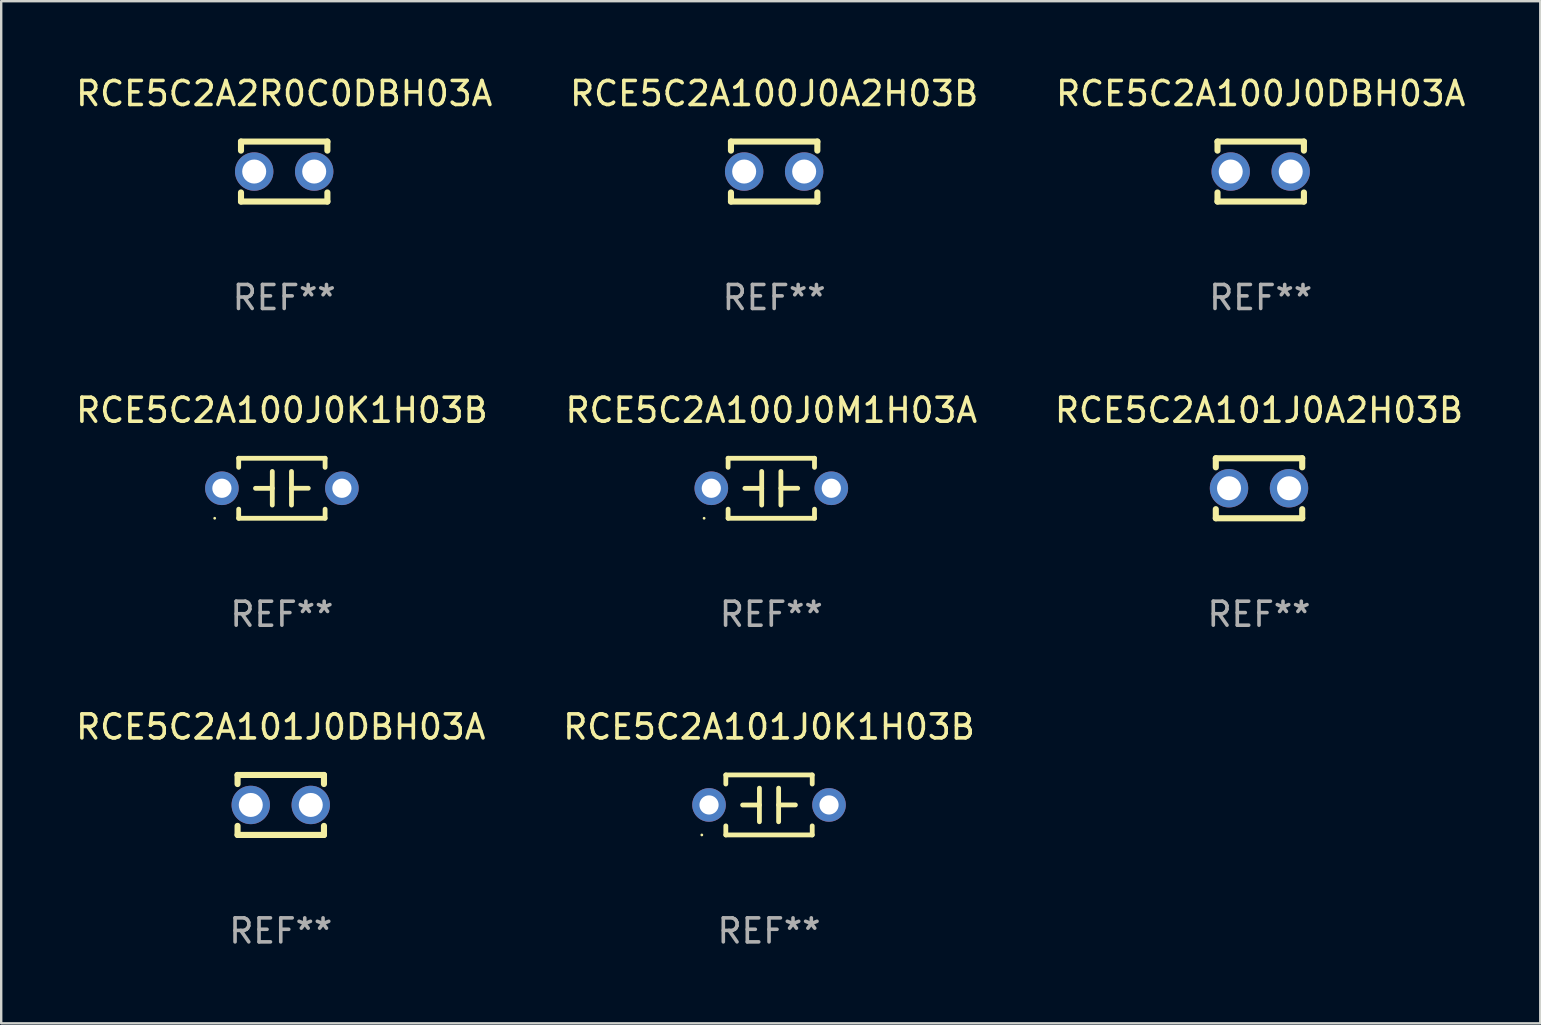
<source format=kicad_pcb>
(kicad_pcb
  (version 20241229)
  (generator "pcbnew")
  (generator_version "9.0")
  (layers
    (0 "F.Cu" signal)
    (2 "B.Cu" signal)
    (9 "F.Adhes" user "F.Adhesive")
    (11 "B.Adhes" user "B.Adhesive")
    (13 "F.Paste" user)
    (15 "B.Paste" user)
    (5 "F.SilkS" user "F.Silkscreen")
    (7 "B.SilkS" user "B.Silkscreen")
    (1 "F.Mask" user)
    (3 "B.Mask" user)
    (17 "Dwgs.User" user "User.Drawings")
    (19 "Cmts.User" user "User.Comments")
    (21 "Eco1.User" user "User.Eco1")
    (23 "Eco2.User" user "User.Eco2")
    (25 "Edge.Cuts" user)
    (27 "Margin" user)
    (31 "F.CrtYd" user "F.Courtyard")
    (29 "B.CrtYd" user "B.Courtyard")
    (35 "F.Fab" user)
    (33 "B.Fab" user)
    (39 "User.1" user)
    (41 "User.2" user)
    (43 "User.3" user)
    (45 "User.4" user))
  (footprint "RCE5C2A2R0C0DBH03A"
    (layer "F.Cu")
    (at 8.792 4.098)
    (property "Reference" "RCE5C2A2R0C0DBH03A" (at 0 -3.25 0) (layer "F.SilkS") (effects (font (size 1 1) (thickness 0.15))))
    (attr through_hole)
    (fp_line (start -1.8 -1.25) (end -1.8 -0.872) (stroke (width 0.254) (type solid)) (layer "F.SilkS"))
    (fp_line (start -1.8 -1.25) (end 1.8 -1.25) (stroke (width 0.254) (type solid)) (layer "F.SilkS"))
    (fp_line (start -1.8 0.872) (end -1.8 1.25) (stroke (width 0.254) (type solid)) (layer "F.SilkS"))
    (fp_line (start -1.8 1.25) (end 1.8 1.25) (stroke (width 0.254) (type solid)) (layer "F.SilkS"))
    (fp_line (start 1.8 -1.25) (end 1.8 -0.872) (stroke (width 0.254) (type solid)) (layer "F.SilkS"))
    (fp_line (start 1.8 0.872) (end 1.8 1.25) (stroke (width 0.254) (type solid)) (layer "F.SilkS"))
    (fp_circle (center -1.8 1.25) (end -1.77 1.25) (stroke (width 0.06) (type solid)) (fill no) (layer "F.SilkS"))
    (fp_text user "REF**" (at 0 5.25 0) (layer "F.Fab") (effects (font (size 1 1) (thickness 0.15))))
    (pad "1" thru_hole circle (at -1.25 0) (size 1.6 1.6) (drill 1) (layers "*.Cu" "*.Mask"))
    (pad "2" thru_hole circle (at 1.25 0) (size 1.6 1.6) (drill 1) (layers "*.Cu" "*.Mask")))
  (footprint "RCE5C2A101J0K1H03B"
    (layer "F.Cu")
    (at 28.994 30.491)
    (property "Reference" "RCE5C2A101J0K1H03B" (at 0 -3.25 0) (layer "F.SilkS") (effects (font (size 1 1) (thickness 0.15))))
    (attr through_hole)
    (fp_line (start -1.8 -1.25) (end -1.8 -0.872) (stroke (width 0.2) (type solid)) (layer "F.SilkS"))
    (fp_line (start -1.8 -1.25) (end 1.8 -1.25) (stroke (width 0.2) (type solid)) (layer "F.SilkS"))
    (fp_line (start -1.8 0.872) (end -1.8 1.25) (stroke (width 0.2) (type solid)) (layer "F.SilkS"))
    (fp_line (start -1.8 1.25) (end 1.8 1.25) (stroke (width 0.2) (type solid)) (layer "F.SilkS"))
    (fp_line (start -0.4 -0.7) (end -0.4 0.7) (stroke (width 0.2) (type solid)) (layer "F.SilkS"))
    (fp_line (start -0.4 0.002) (end -1.1 0.002) (stroke (width 0.2) (type solid)) (layer "F.SilkS"))
    (fp_line (start 0.4 -0.001) (end 1.1 -0.001) (stroke (width 0.2) (type solid)) (layer "F.SilkS"))
    (fp_line (start 0.4 0.7) (end 0.4 -0.7) (stroke (width 0.2) (type solid)) (layer "F.SilkS"))
    (fp_line (start 1.8 -1.25) (end 1.8 -0.872) (stroke (width 0.2) (type solid)) (layer "F.SilkS"))
    (fp_line (start 1.8 0.872) (end 1.8 1.25) (stroke (width 0.2) (type solid)) (layer "F.SilkS"))
    (fp_circle (center -2.8 1.25) (end -2.77 1.25) (stroke (width 0.06) (type solid)) (fill no) (layer "F.SilkS"))
    (fp_text user "REF**" (at 0 5.25 0) (layer "F.Fab") (effects (font (size 1 1) (thickness 0.15))))
    (pad "1" thru_hole circle (at -2.5 0) (size 1.4 1.4) (drill 0.8) (layers "*.Cu" "*.Mask"))
    (pad "2" thru_hole circle (at 2.5 0) (size 1.4 1.4) (drill 0.8) (layers "*.Cu" "*.Mask")))
  (footprint "RCE5C2A100J0DBH03A"
    (layer "F.Cu")
    (at 49.482 4.098)
    (property "Reference" "RCE5C2A100J0DBH03A" (at 0 -3.25 0) (layer "F.SilkS") (effects (font (size 1 1) (thickness 0.15))))
    (attr through_hole)
    (fp_line (start -1.8 -1.25) (end -1.8 -0.872) (stroke (width 0.254) (type solid)) (layer "F.SilkS"))
    (fp_line (start -1.8 -1.25) (end 1.8 -1.25) (stroke (width 0.254) (type solid)) (layer "F.SilkS"))
    (fp_line (start -1.8 0.872) (end -1.8 1.25) (stroke (width 0.254) (type solid)) (layer "F.SilkS"))
    (fp_line (start -1.8 1.25) (end 1.8 1.25) (stroke (width 0.254) (type solid)) (layer "F.SilkS"))
    (fp_line (start 1.8 -1.25) (end 1.8 -0.872) (stroke (width 0.254) (type solid)) (layer "F.SilkS"))
    (fp_line (start 1.8 0.872) (end 1.8 1.25) (stroke (width 0.254) (type solid)) (layer "F.SilkS"))
    (fp_circle (center -1.8 1.25) (end -1.77 1.25) (stroke (width 0.06) (type solid)) (fill no) (layer "F.SilkS"))
    (fp_text user "REF**" (at 0 5.25 0) (layer "F.Fab") (effects (font (size 1 1) (thickness 0.15))))
    (pad "1" thru_hole circle (at -1.25 0) (size 1.6 1.6) (drill 1) (layers "*.Cu" "*.Mask"))
    (pad "2" thru_hole circle (at 1.25 0) (size 1.6 1.6) (drill 1) (layers "*.Cu" "*.Mask")))
  (footprint "RCE5C2A100J0M1H03A"
    (layer "F.Cu")
    (at 29.089 17.295)
    (property "Reference" "RCE5C2A100J0M1H03A" (at 0 -3.25 0) (layer "F.SilkS") (effects (font (size 1 1) (thickness 0.15))))
    (attr through_hole)
    (fp_line (start -1.8 -1.25) (end -1.8 -0.872) (stroke (width 0.2) (type solid)) (layer "F.SilkS"))
    (fp_line (start -1.8 -1.25) (end 1.8 -1.25) (stroke (width 0.2) (type solid)) (layer "F.SilkS"))
    (fp_line (start -1.8 0.872) (end -1.8 1.25) (stroke (width 0.2) (type solid)) (layer "F.SilkS"))
    (fp_line (start -1.8 1.25) (end 1.8 1.25) (stroke (width 0.2) (type solid)) (layer "F.SilkS"))
    (fp_line (start -0.4 -0.7) (end -0.4 0.7) (stroke (width 0.2) (type solid)) (layer "F.SilkS"))
    (fp_line (start -0.4 0.002) (end -1.1 0.002) (stroke (width 0.2) (type solid)) (layer "F.SilkS"))
    (fp_line (start 0.4 -0.001) (end 1.1 -0.001) (stroke (width 0.2) (type solid)) (layer "F.SilkS"))
    (fp_line (start 0.4 0.7) (end 0.4 -0.7) (stroke (width 0.2) (type solid)) (layer "F.SilkS"))
    (fp_line (start 1.8 -1.25) (end 1.8 -0.872) (stroke (width 0.2) (type solid)) (layer "F.SilkS"))
    (fp_line (start 1.8 0.872) (end 1.8 1.25) (stroke (width 0.2) (type solid)) (layer "F.SilkS"))
    (fp_circle (center -2.8 1.25) (end -2.77 1.25) (stroke (width 0.06) (type solid)) (fill no) (layer "F.SilkS"))
    (fp_text user "REF**" (at 0 5.25 0) (layer "F.Fab") (effects (font (size 1 1) (thickness 0.15))))
    (pad "1" thru_hole circle (at -2.5 0) (size 1.4 1.4) (drill 0.8) (layers "*.Cu" "*.Mask"))
    (pad "2" thru_hole circle (at 2.5 0) (size 1.4 1.4) (drill 0.8) (layers "*.Cu" "*.Mask")))
  (footprint "RCE5C2A100J0A2H03B"
    (layer "F.Cu")
    (at 29.208 4.098)
    (property "Reference" "RCE5C2A100J0A2H03B" (at 0 -3.25 0) (layer "F.SilkS") (effects (font (size 1 1) (thickness 0.15))))
    (attr through_hole)
    (fp_line (start -1.8 -1.25) (end -1.8 -0.872) (stroke (width 0.254) (type solid)) (layer "F.SilkS"))
    (fp_line (start -1.8 -1.25) (end 1.8 -1.25) (stroke (width 0.254) (type solid)) (layer "F.SilkS"))
    (fp_line (start -1.8 0.872) (end -1.8 1.25) (stroke (width 0.254) (type solid)) (layer "F.SilkS"))
    (fp_line (start -1.8 1.25) (end 1.8 1.25) (stroke (width 0.254) (type solid)) (layer "F.SilkS"))
    (fp_line (start 1.8 -1.25) (end 1.8 -0.872) (stroke (width 0.254) (type solid)) (layer "F.SilkS"))
    (fp_line (start 1.8 0.872) (end 1.8 1.25) (stroke (width 0.254) (type solid)) (layer "F.SilkS"))
    (fp_circle (center -1.8 1.25) (end -1.77 1.25) (stroke (width 0.06) (type solid)) (fill no) (layer "F.SilkS"))
    (fp_text user "REF**" (at 0 5.25 0) (layer "F.Fab") (effects (font (size 1 1) (thickness 0.15))))
    (pad "1" thru_hole circle (at -1.25 0) (size 1.6 1.6) (drill 1) (layers "*.Cu" "*.Mask"))
    (pad "2" thru_hole circle (at 1.25 0) (size 1.6 1.6) (drill 1) (layers "*.Cu" "*.Mask")))
  (footprint "RCE5C2A100J0K1H03B"
    (layer "F.Cu")
    (at 8.696 17.295)
    (property "Reference" "RCE5C2A100J0K1H03B" (at 0 -3.25 0) (layer "F.SilkS") (effects (font (size 1 1) (thickness 0.15))))
    (attr through_hole)
    (fp_line (start -1.8 -1.25) (end -1.8 -0.872) (stroke (width 0.2) (type solid)) (layer "F.SilkS"))
    (fp_line (start -1.8 -1.25) (end 1.8 -1.25) (stroke (width 0.2) (type solid)) (layer "F.SilkS"))
    (fp_line (start -1.8 0.872) (end -1.8 1.25) (stroke (width 0.2) (type solid)) (layer "F.SilkS"))
    (fp_line (start -1.8 1.25) (end 1.8 1.25) (stroke (width 0.2) (type solid)) (layer "F.SilkS"))
    (fp_line (start -0.4 -0.7) (end -0.4 0.7) (stroke (width 0.2) (type solid)) (layer "F.SilkS"))
    (fp_line (start -0.4 0.002) (end -1.1 0.002) (stroke (width 0.2) (type solid)) (layer "F.SilkS"))
    (fp_line (start 0.4 -0.001) (end 1.1 -0.001) (stroke (width 0.2) (type solid)) (layer "F.SilkS"))
    (fp_line (start 0.4 0.7) (end 0.4 -0.7) (stroke (width 0.2) (type solid)) (layer "F.SilkS"))
    (fp_line (start 1.8 -1.25) (end 1.8 -0.872) (stroke (width 0.2) (type solid)) (layer "F.SilkS"))
    (fp_line (start 1.8 0.872) (end 1.8 1.25) (stroke (width 0.2) (type solid)) (layer "F.SilkS"))
    (fp_circle (center -2.8 1.25) (end -2.77 1.25) (stroke (width 0.06) (type solid)) (fill no) (layer "F.SilkS"))
    (fp_text user "REF**" (at 0 5.25 0) (layer "F.Fab") (effects (font (size 1 1) (thickness 0.15))))
    (pad "1" thru_hole circle (at -2.5 0) (size 1.4 1.4) (drill 0.8) (layers "*.Cu" "*.Mask"))
    (pad "2" thru_hole circle (at 2.5 0) (size 1.4 1.4) (drill 0.8) (layers "*.Cu" "*.Mask")))
  (footprint "RCE5C2A101J0DBH03A"
    (layer "F.Cu")
    (at 8.649 30.491)
    (property "Reference" "RCE5C2A101J0DBH03A" (at 0 -3.25 0) (layer "F.SilkS") (effects (font (size 1 1) (thickness 0.15))))
    (attr through_hole)
    (fp_line (start -1.8 -1.25) (end -1.8 -0.872) (stroke (width 0.254) (type solid)) (layer "F.SilkS"))
    (fp_line (start -1.8 -1.25) (end 1.8 -1.25) (stroke (width 0.254) (type solid)) (layer "F.SilkS"))
    (fp_line (start -1.8 0.872) (end -1.8 1.25) (stroke (width 0.254) (type solid)) (layer "F.SilkS"))
    (fp_line (start -1.8 1.25) (end 1.8 1.25) (stroke (width 0.254) (type solid)) (layer "F.SilkS"))
    (fp_line (start 1.8 -1.25) (end 1.8 -0.872) (stroke (width 0.254) (type solid)) (layer "F.SilkS"))
    (fp_line (start 1.8 0.872) (end 1.8 1.25) (stroke (width 0.254) (type solid)) (layer "F.SilkS"))
    (fp_circle (center -1.8 1.25) (end -1.77 1.25) (stroke (width 0.06) (type solid)) (fill no) (layer "F.SilkS"))
    (fp_text user "REF**" (at 0 5.25 0) (layer "F.Fab") (effects (font (size 1 1) (thickness 0.15))))
    (pad "1" thru_hole circle (at -1.25 0) (size 1.6 1.6) (drill 1) (layers "*.Cu" "*.Mask"))
    (pad "2" thru_hole circle (at 1.25 0) (size 1.6 1.6) (drill 1) (layers "*.Cu" "*.Mask")))
  (footprint "RCE5C2A101J0A2H03B"
    (layer "F.Cu")
    (at 49.411 17.295)
    (property "Reference" "RCE5C2A101J0A2H03B" (at 0 -3.25 0) (layer "F.SilkS") (effects (font (size 1 1) (thickness 0.15))))
    (attr through_hole)
    (fp_line (start -1.8 -1.25) (end -1.8 -0.872) (stroke (width 0.254) (type solid)) (layer "F.SilkS"))
    (fp_line (start -1.8 -1.25) (end 1.8 -1.25) (stroke (width 0.254) (type solid)) (layer "F.SilkS"))
    (fp_line (start -1.8 0.872) (end -1.8 1.25) (stroke (width 0.254) (type solid)) (layer "F.SilkS"))
    (fp_line (start -1.8 1.25) (end 1.8 1.25) (stroke (width 0.254) (type solid)) (layer "F.SilkS"))
    (fp_line (start 1.8 -1.25) (end 1.8 -0.872) (stroke (width 0.254) (type solid)) (layer "F.SilkS"))
    (fp_line (start 1.8 0.872) (end 1.8 1.25) (stroke (width 0.254) (type solid)) (layer "F.SilkS"))
    (fp_circle (center -1.8 1.25) (end -1.77 1.25) (stroke (width 0.06) (type solid)) (fill no) (layer "F.SilkS"))
    (fp_text user "REF**" (at 0 5.25 0) (layer "F.Fab") (effects (font (size 1 1) (thickness 0.15))))
    (pad "1" thru_hole circle (at -1.25 0) (size 1.6 1.6) (drill 1) (layers "*.Cu" "*.Mask"))
    (pad "2" thru_hole circle (at 1.25 0) (size 1.6 1.6) (drill 1) (layers "*.Cu" "*.Mask")))
  (gr_rect
    (start -3 -3)
    (end 61.131 39.59)
    (stroke (width 0.1) (type default))
    (fill no)
    (layer "Edge.Cuts")))
</source>
